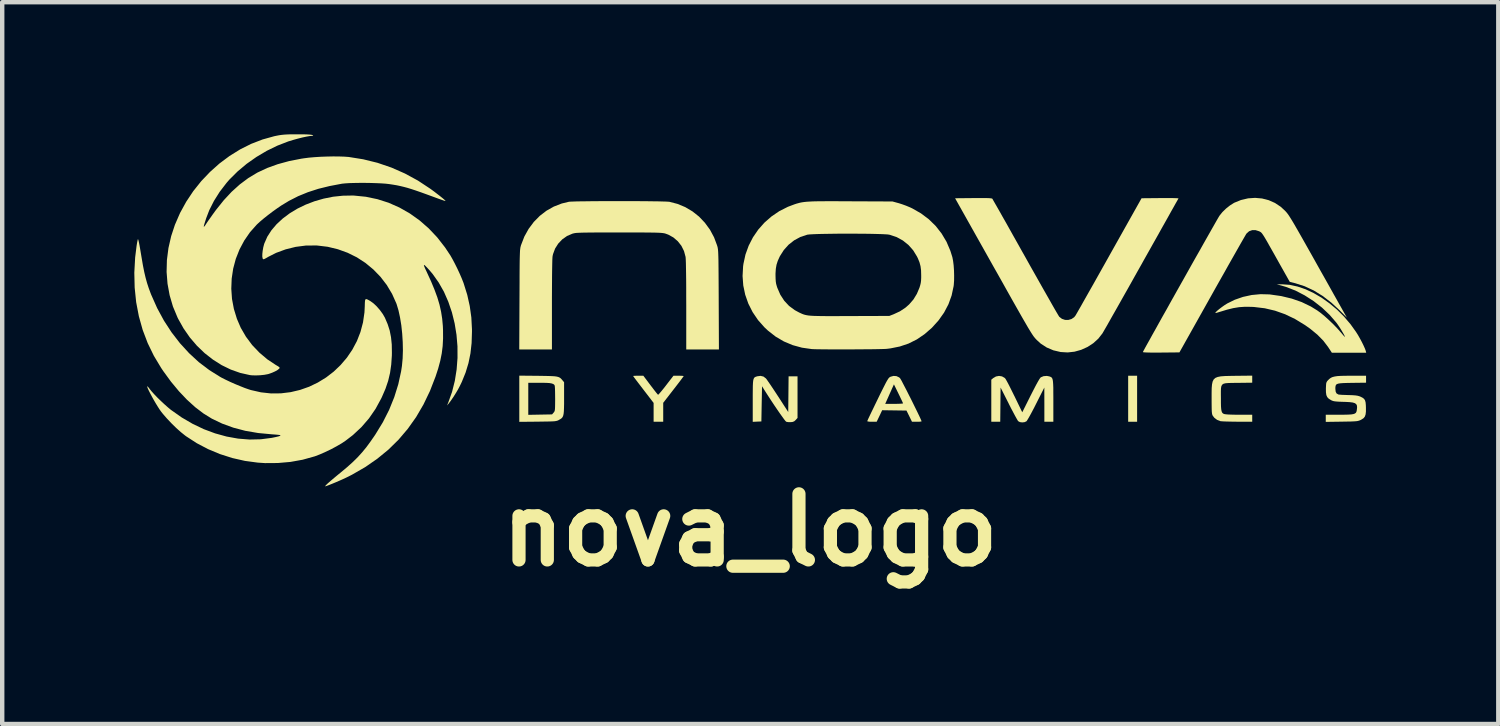
<source format=kicad_pcb>
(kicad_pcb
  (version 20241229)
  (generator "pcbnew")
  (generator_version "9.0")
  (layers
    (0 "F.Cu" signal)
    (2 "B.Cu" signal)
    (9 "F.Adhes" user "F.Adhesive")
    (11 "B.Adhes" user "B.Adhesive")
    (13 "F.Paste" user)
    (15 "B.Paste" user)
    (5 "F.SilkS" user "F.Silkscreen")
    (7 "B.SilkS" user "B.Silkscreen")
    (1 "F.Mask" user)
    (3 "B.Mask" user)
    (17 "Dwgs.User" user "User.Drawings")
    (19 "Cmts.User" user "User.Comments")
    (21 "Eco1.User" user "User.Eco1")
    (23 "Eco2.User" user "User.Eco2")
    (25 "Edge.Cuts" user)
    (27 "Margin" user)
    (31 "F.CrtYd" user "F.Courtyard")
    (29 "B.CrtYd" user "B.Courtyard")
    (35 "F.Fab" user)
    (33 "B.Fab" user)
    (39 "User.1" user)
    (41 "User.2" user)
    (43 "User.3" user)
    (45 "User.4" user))
  (footprint "nova_logo"
    (layer "F.Cu")
    (at 13.985 3.986)
    (property "Reference" "nova_logo" (at 0 5 0) (layer "F.SilkS") (effects (font (size 1.5 1.5) (thickness 0.3))))
    (attr board_only exclude_from_pos_files exclude_from_bom)
    (fp_poly (pts (xy 8.786 2.019) (xy 8.786 2.541) (xy 8.685 2.541) (xy 8.583 2.541) (xy 8.583 2.019) (xy 8.583 1.496) (xy 8.685 1.496) (xy 8.786 1.496)) (stroke (width 0) (type solid)) (fill yes) (layer "F.SilkS"))
    (fp_poly (pts (xy -2.265 1.71) (xy -2.213 1.778) (xy -2.167 1.838) (xy -2.13 1.885) (xy -2.103 1.917) (xy -2.092 1.929) (xy -2.08 1.919) (xy -2.053 1.89) (xy -2.014 1.844) (xy -1.967 1.786) (xy -1.914 1.719) (xy -1.911 1.714) (xy -1.742 1.496) (xy -1.626 1.496) (xy -1.572 1.497) (xy -1.532 1.499) (xy -1.511 1.503) (xy -1.51 1.504) (xy -1.519 1.517) (xy -1.543 1.55) (xy -1.58 1.6) (xy -1.628 1.663) (xy -1.685 1.737) (xy -1.743 1.812) (xy -1.975 2.111) (xy -1.975 2.326) (xy -1.975 2.541) (xy -2.084 2.541) (xy -2.193 2.541) (xy -2.193 2.327) (xy -2.193 2.113) (xy -2.425 1.811) (xy -2.487 1.73) (xy -2.543 1.657) (xy -2.591 1.594) (xy -2.627 1.546) (xy -2.65 1.514) (xy -2.658 1.502) (xy -2.644 1.499) (xy -2.609 1.497) (xy -2.558 1.496) (xy -2.542 1.496) (xy -2.426 1.496)) (stroke (width 0) (type solid)) (fill yes) (layer "F.SilkS"))
    (fp_poly (pts (xy 0.302 1.515) (xy 0.357 1.557) (xy 0.358 1.558) (xy 0.377 1.582) (xy 0.408 1.627) (xy 0.451 1.689) (xy 0.502 1.765) (xy 0.559 1.851) (xy 0.62 1.944) (xy 0.632 1.962) (xy 0.864 2.32) (xy 0.868 1.915) (xy 0.872 1.51) (xy 0.973 1.51) (xy 1.075 1.51) (xy 1.075 1.982) (xy 1.075 2.454) (xy 1.034 2.5) (xy 1.001 2.53) (xy 0.964 2.545) (xy 0.921 2.55) (xy 0.872 2.55) (xy 0.83 2.544) (xy 0.817 2.539) (xy 0.8 2.523) (xy 0.77 2.485) (xy 0.729 2.428) (xy 0.677 2.356) (xy 0.619 2.272) (xy 0.555 2.178) (xy 0.488 2.077) (xy 0.42 1.973) (xy 0.352 1.867) (xy 0.329 1.831) (xy 0.269 1.735) (xy 0.261 2.135) (xy 0.254 2.534) (xy 0.156 2.538) (xy 0.058 2.543) (xy 0.058 2.066) (xy 0.058 1.929) (xy 0.059 1.817) (xy 0.06 1.729) (xy 0.063 1.661) (xy 0.068 1.61) (xy 0.076 1.574) (xy 0.087 1.549) (xy 0.101 1.533) (xy 0.12 1.522) (xy 0.144 1.514) (xy 0.159 1.509) (xy 0.235 1.499)) (stroke (width 0) (type solid)) (fill yes) (layer "F.SilkS"))
    (fp_poly (pts (xy 11.4 1.574) (xy 11.4 1.654) (xy 11.072 1.658) (xy 10.957 1.659) (xy 10.867 1.661) (xy 10.799 1.666) (xy 10.751 1.677) (xy 10.719 1.698) (xy 10.7 1.73) (xy 10.691 1.778) (xy 10.688 1.843) (xy 10.688 1.93) (xy 10.689 2.005) (xy 10.689 2.113) (xy 10.691 2.196) (xy 10.696 2.258) (xy 10.704 2.301) (xy 10.716 2.331) (xy 10.733 2.35) (xy 10.755 2.363) (xy 10.765 2.366) (xy 10.794 2.371) (xy 10.847 2.376) (xy 10.92 2.379) (xy 11.008 2.381) (xy 11.105 2.382) (xy 11.4 2.382) (xy 11.4 2.462) (xy 11.4 2.541) (xy 11.063 2.54) (xy 10.964 2.539) (xy 10.872 2.537) (xy 10.793 2.535) (xy 10.731 2.532) (xy 10.69 2.529) (xy 10.679 2.528) (xy 10.602 2.498) (xy 10.54 2.451) (xy 10.508 2.41) (xy 10.498 2.393) (xy 10.491 2.373) (xy 10.486 2.347) (xy 10.482 2.311) (xy 10.48 2.262) (xy 10.479 2.194) (xy 10.478 2.105) (xy 10.478 2.011) (xy 10.478 1.882) (xy 10.48 1.776) (xy 10.487 1.693) (xy 10.501 1.628) (xy 10.525 1.58) (xy 10.562 1.546) (xy 10.615 1.524) (xy 10.686 1.51) (xy 10.778 1.503) (xy 10.894 1.5) (xy 11.026 1.498) (xy 11.4 1.494)) (stroke (width 0) (type solid)) (fill yes) (layer "F.SilkS"))
    (fp_poly (pts (xy -4.818 1.498) (xy -4.688 1.5) (xy -4.584 1.502) (xy -4.501 1.505) (xy -4.438 1.509) (xy -4.39 1.516) (xy -4.353 1.526) (xy -4.325 1.539) (xy -4.302 1.556) (xy -4.281 1.578) (xy -4.264 1.598) (xy -4.226 1.643) (xy -4.226 2.009) (xy -4.226 2.132) (xy -4.228 2.229) (xy -4.231 2.305) (xy -4.237 2.362) (xy -4.247 2.405) (xy -4.261 2.436) (xy -4.281 2.46) (xy -4.307 2.479) (xy -4.341 2.498) (xy -4.345 2.501) (xy -4.364 2.511) (xy -4.384 2.518) (xy -4.408 2.524) (xy -4.439 2.529) (xy -4.481 2.532) (xy -4.538 2.534) (xy -4.614 2.536) (xy -4.711 2.537) (xy -4.825 2.539) (xy -5.243 2.543) (xy -5.243 2.019) (xy -5.243 1.656) (xy -5.039 1.656) (xy -5.039 2.02) (xy -5.039 2.384) (xy -4.769 2.379) (xy -4.499 2.374) (xy -4.464 2.334) (xy -4.452 2.319) (xy -4.443 2.303) (xy -4.437 2.282) (xy -4.433 2.251) (xy -4.431 2.206) (xy -4.43 2.143) (xy -4.429 2.057) (xy -4.429 2.019) (xy -4.43 1.931) (xy -4.431 1.853) (xy -4.433 1.788) (xy -4.436 1.743) (xy -4.438 1.722) (xy -4.451 1.699) (xy -4.474 1.683) (xy -4.509 1.671) (xy -4.56 1.662) (xy -4.631 1.658) (xy -4.726 1.656) (xy -4.784 1.656) (xy -5.039 1.656) (xy -5.243 1.656) (xy -5.243 1.494)) (stroke (width 0) (type solid)) (fill yes) (layer "F.SilkS"))
    (fp_poly (pts (xy 6.788 1.51) (xy 6.813 1.518) (xy 6.833 1.528) (xy 6.849 1.541) (xy 6.861 1.562) (xy 6.87 1.592) (xy 6.876 1.635) (xy 6.88 1.693) (xy 6.883 1.77) (xy 6.883 1.869) (xy 6.884 1.993) (xy 6.884 2.065) (xy 6.884 2.541) (xy 6.782 2.541) (xy 6.68 2.541) (xy 6.68 2.153) (xy 6.679 1.764) (xy 6.492 2.134) (xy 6.443 2.231) (xy 6.396 2.32) (xy 6.354 2.398) (xy 6.318 2.461) (xy 6.291 2.506) (xy 6.275 2.529) (xy 6.274 2.53) (xy 6.231 2.55) (xy 6.177 2.556) (xy 6.125 2.549) (xy 6.086 2.528) (xy 6.086 2.528) (xy 6.072 2.508) (xy 6.048 2.466) (xy 6.014 2.405) (xy 5.973 2.328) (xy 5.927 2.241) (xy 5.878 2.145) (xy 5.872 2.132) (xy 5.686 1.764) (xy 5.682 2.153) (xy 5.678 2.541) (xy 5.576 2.541) (xy 5.475 2.541) (xy 5.475 2.063) (xy 5.475 1.586) (xy 5.519 1.549) (xy 5.581 1.513) (xy 5.65 1.5) (xy 5.718 1.511) (xy 5.777 1.544) (xy 5.791 1.558) (xy 5.805 1.579) (xy 5.83 1.623) (xy 5.863 1.685) (xy 5.903 1.763) (xy 5.947 1.852) (xy 5.995 1.949) (xy 6 1.958) (xy 6.178 2.326) (xy 6.371 1.94) (xy 6.437 1.811) (xy 6.492 1.705) (xy 6.537 1.624) (xy 6.571 1.567) (xy 6.594 1.537) (xy 6.599 1.532) (xy 6.662 1.506) (xy 6.735 1.5)) (stroke (width 0) (type solid)) (fill yes) (layer "F.SilkS"))
    (fp_poly (pts (xy 3.322 1.505) (xy 3.381 1.533) (xy 3.402 1.551) (xy 3.414 1.57) (xy 3.438 1.611) (xy 3.469 1.671) (xy 3.508 1.746) (xy 3.553 1.832) (xy 3.6 1.926) (xy 3.65 2.024) (xy 3.699 2.123) (xy 3.746 2.219) (xy 3.79 2.308) (xy 3.828 2.387) (xy 3.859 2.452) (xy 3.88 2.5) (xy 3.891 2.527) (xy 3.892 2.531) (xy 3.879 2.536) (xy 3.843 2.54) (xy 3.793 2.541) (xy 3.783 2.541) (xy 3.674 2.541) (xy 3.612 2.414) (xy 3.549 2.287) (xy 3.273 2.283) (xy 2.997 2.279) (xy 2.935 2.41) (xy 2.872 2.541) (xy 2.765 2.541) (xy 2.713 2.54) (xy 2.675 2.535) (xy 2.658 2.529) (xy 2.658 2.528) (xy 2.664 2.513) (xy 2.681 2.474) (xy 2.709 2.415) (xy 2.745 2.339) (xy 2.789 2.249) (xy 2.838 2.147) (xy 2.844 2.135) (xy 3.066 2.135) (xy 3.268 2.135) (xy 3.341 2.134) (xy 3.403 2.132) (xy 3.447 2.129) (xy 3.469 2.125) (xy 3.471 2.124) (xy 3.465 2.108) (xy 3.448 2.07) (xy 3.422 2.016) (xy 3.39 1.949) (xy 3.367 1.902) (xy 3.264 1.692) (xy 3.238 1.75) (xy 3.221 1.786) (xy 3.197 1.842) (xy 3.167 1.908) (xy 3.139 1.971) (xy 3.066 2.135) (xy 2.844 2.135) (xy 2.891 2.038) (xy 2.895 2.03) (xy 2.956 1.904) (xy 3.007 1.802) (xy 3.048 1.721) (xy 3.08 1.658) (xy 3.106 1.611) (xy 3.127 1.577) (xy 3.143 1.553) (xy 3.158 1.537) (xy 3.172 1.527) (xy 3.187 1.519) (xy 3.187 1.519) (xy 3.254 1.5)) (stroke (width 0) (type solid)) (fill yes) (layer "F.SilkS"))
    (fp_poly (pts (xy 12.251 -0.568) (xy 12.43 -0.529) (xy 12.612 -0.467) (xy 12.795 -0.381) (xy 12.976 -0.275) (xy 13.153 -0.149) (xy 13.323 -0.007) (xy 13.483 0.152) (xy 13.631 0.325) (xy 13.756 0.5) (xy 13.801 0.571) (xy 13.847 0.652) (xy 13.891 0.734) (xy 13.929 0.812) (xy 13.959 0.879) (xy 13.977 0.928) (xy 13.978 0.933) (xy 13.988 0.973) (xy 13.598 0.973) (xy 13.208 0.973) (xy 13.121 0.841) (xy 13.014 0.7) (xy 12.879 0.563) (xy 12.716 0.429) (xy 12.597 0.345) (xy 12.372 0.208) (xy 12.147 0.1) (xy 11.918 0.019) (xy 11.684 -0.036) (xy 11.441 -0.065) (xy 11.386 -0.068) (xy 11.238 -0.07) (xy 11.103 -0.061) (xy 10.969 -0.039) (xy 10.827 -0.004) (xy 10.765 0.015) (xy 10.696 0.036) (xy 10.636 0.054) (xy 10.592 0.067) (xy 10.569 0.072) (xy 10.567 0.073) (xy 10.563 0.065) (xy 10.58 0.044) (xy 10.612 0.014) (xy 10.656 -0.022) (xy 10.709 -0.062) (xy 10.765 -0.102) (xy 10.822 -0.138) (xy 10.831 -0.144) (xy 11.003 -0.229) (xy 11.19 -0.294) (xy 11.387 -0.337) (xy 11.588 -0.356) (xy 11.786 -0.351) (xy 11.799 -0.35) (xy 12.058 -0.313) (xy 12.299 -0.255) (xy 12.522 -0.177) (xy 12.73 -0.077) (xy 12.873 0.011) (xy 12.955 0.07) (xy 13.048 0.147) (xy 13.147 0.237) (xy 13.246 0.332) (xy 13.339 0.429) (xy 13.42 0.521) (xy 13.431 0.534) (xy 13.465 0.575) (xy 13.491 0.603) (xy 13.505 0.615) (xy 13.506 0.614) (xy 13.498 0.592) (xy 13.478 0.553) (xy 13.448 0.501) (xy 13.413 0.442) (xy 13.375 0.383) (xy 13.338 0.329) (xy 13.312 0.293) (xy 13.159 0.115) (xy 12.985 -0.05) (xy 12.794 -0.199) (xy 12.591 -0.329) (xy 12.381 -0.438) (xy 12.166 -0.521) (xy 12.061 -0.552) (xy 11.959 -0.579) (xy 12.078 -0.58)) (stroke (width 0) (type solid)) (fill yes) (layer "F.SilkS"))
    (fp_poly (pts (xy 13.985 1.575) (xy 13.985 1.654) (xy 13.667 1.658) (xy 13.553 1.66) (xy 13.464 1.663) (xy 13.398 1.668) (xy 13.351 1.676) (xy 13.319 1.688) (xy 13.301 1.706) (xy 13.292 1.731) (xy 13.288 1.764) (xy 13.288 1.795) (xy 13.295 1.858) (xy 13.315 1.898) (xy 13.353 1.92) (xy 13.365 1.924) (xy 13.391 1.926) (xy 13.44 1.93) (xy 13.504 1.932) (xy 13.578 1.935) (xy 13.593 1.935) (xy 13.68 1.938) (xy 13.744 1.943) (xy 13.791 1.95) (xy 13.828 1.96) (xy 13.855 1.97) (xy 13.905 1.995) (xy 13.939 2.021) (xy 13.961 2.054) (xy 13.974 2.1) (xy 13.98 2.164) (xy 13.982 2.22) (xy 13.982 2.309) (xy 13.974 2.376) (xy 13.957 2.424) (xy 13.927 2.461) (xy 13.882 2.49) (xy 13.858 2.503) (xy 13.835 2.512) (xy 13.81 2.52) (xy 13.781 2.526) (xy 13.743 2.53) (xy 13.691 2.533) (xy 13.622 2.536) (xy 13.532 2.537) (xy 13.43 2.539) (xy 13.07 2.544) (xy 13.07 2.463) (xy 13.07 2.382) (xy 13.369 2.382) (xy 13.486 2.381) (xy 13.577 2.379) (xy 13.646 2.375) (xy 13.696 2.367) (xy 13.73 2.355) (xy 13.753 2.338) (xy 13.766 2.315) (xy 13.773 2.286) (xy 13.775 2.274) (xy 13.781 2.217) (xy 13.778 2.174) (xy 13.762 2.142) (xy 13.731 2.119) (xy 13.681 2.104) (xy 13.609 2.095) (xy 13.512 2.09) (xy 13.47 2.089) (xy 13.382 2.086) (xy 13.318 2.082) (xy 13.272 2.077) (xy 13.237 2.07) (xy 13.208 2.059) (xy 13.19 2.05) (xy 13.138 2.018) (xy 13.104 1.982) (xy 13.083 1.935) (xy 13.074 1.871) (xy 13.073 1.785) (xy 13.073 1.783) (xy 13.076 1.718) (xy 13.079 1.674) (xy 13.087 1.645) (xy 13.1 1.622) (xy 13.12 1.599) (xy 13.128 1.591) (xy 13.158 1.563) (xy 13.19 1.541) (xy 13.227 1.525) (xy 13.275 1.513) (xy 13.336 1.504) (xy 13.414 1.499) (xy 13.514 1.497) (xy 13.638 1.496) (xy 13.654 1.496) (xy 13.985 1.496)) (stroke (width 0) (type solid)) (fill yes) (layer "F.SilkS"))
    (fp_poly (pts (xy 11.623 -2.529) (xy 11.775 -2.49) (xy 11.917 -2.427) (xy 12.048 -2.34) (xy 12.142 -2.253) (xy 12.163 -2.231) (xy 12.184 -2.207) (xy 12.205 -2.18) (xy 12.228 -2.148) (xy 12.254 -2.108) (xy 12.284 -2.06) (xy 12.32 -2.001) (xy 12.362 -1.93) (xy 12.412 -1.843) (xy 12.471 -1.74) (xy 12.54 -1.619) (xy 12.62 -1.477) (xy 12.713 -1.312) (xy 12.769 -1.213) (xy 12.858 -1.054) (xy 12.945 -0.898) (xy 13.031 -0.746) (xy 13.112 -0.602) (xy 13.187 -0.468) (xy 13.255 -0.346) (xy 13.315 -0.24) (xy 13.364 -0.152) (xy 13.402 -0.085) (xy 13.42 -0.053) (xy 13.549 0.177) (xy 13.393 0.018) (xy 13.199 -0.162) (xy 13 -0.315) (xy 12.797 -0.44) (xy 12.59 -0.536) (xy 12.382 -0.603) (xy 12.252 -0.636) (xy 12.001 -1.082) (xy 11.919 -1.229) (xy 11.849 -1.353) (xy 11.791 -1.455) (xy 11.744 -1.539) (xy 11.705 -1.606) (xy 11.674 -1.658) (xy 11.649 -1.697) (xy 11.629 -1.726) (xy 11.613 -1.746) (xy 11.599 -1.76) (xy 11.586 -1.769) (xy 11.573 -1.776) (xy 11.558 -1.784) (xy 11.556 -1.785) (xy 11.476 -1.81) (xy 11.399 -1.81) (xy 11.329 -1.785) (xy 11.273 -1.735) (xy 11.267 -1.728) (xy 11.256 -1.71) (xy 11.231 -1.667) (xy 11.194 -1.603) (xy 11.145 -1.518) (xy 11.087 -1.416) (xy 11.019 -1.296) (xy 10.943 -1.162) (xy 10.859 -1.014) (xy 10.77 -0.855) (xy 10.675 -0.687) (xy 10.575 -0.51) (xy 10.49 -0.358) (xy 9.747 0.966) (xy 9.332 0.97) (xy 9.196 0.97) (xy 9.086 0.97) (xy 9.003 0.968) (xy 8.947 0.965) (xy 8.92 0.961) (xy 8.917 0.959) (xy 8.924 0.944) (xy 8.944 0.907) (xy 8.976 0.847) (xy 9.02 0.768) (xy 9.074 0.672) (xy 9.136 0.559) (xy 9.207 0.433) (xy 9.284 0.294) (xy 9.367 0.145) (xy 9.456 -0.012) (xy 9.547 -0.176) (xy 9.642 -0.345) (xy 9.738 -0.516) (xy 9.835 -0.688) (xy 9.931 -0.859) (xy 10.025 -1.027) (xy 10.117 -1.19) (xy 10.206 -1.346) (xy 10.289 -1.494) (xy 10.367 -1.632) (xy 10.438 -1.757) (xy 10.501 -1.868) (xy 10.555 -1.963) (xy 10.599 -2.04) (xy 10.632 -2.097) (xy 10.653 -2.132) (xy 10.66 -2.142) (xy 10.723 -2.22) (xy 10.804 -2.299) (xy 10.893 -2.37) (xy 10.98 -2.425) (xy 10.992 -2.432) (xy 11.147 -2.495) (xy 11.306 -2.532) (xy 11.466 -2.543)) (stroke (width 0) (type solid)) (fill yes) (layer "F.SilkS"))
    (fp_poly (pts (xy 5.296 -2.539) (xy 5.374 -2.538) (xy 5.43 -2.536) (xy 5.468 -2.532) (xy 5.49 -2.528) (xy 5.498 -2.524) (xy 5.507 -2.509) (xy 5.529 -2.47) (xy 5.564 -2.409) (xy 5.61 -2.329) (xy 5.667 -2.229) (xy 5.732 -2.113) (xy 5.807 -1.982) (xy 5.888 -1.837) (xy 5.976 -1.68) (xy 6.07 -1.513) (xy 6.168 -1.338) (xy 6.251 -1.191) (xy 6.352 -1.01) (xy 6.451 -0.835) (xy 6.544 -0.67) (xy 6.632 -0.514) (xy 6.714 -0.37) (xy 6.788 -0.24) (xy 6.853 -0.125) (xy 6.909 -0.027) (xy 6.955 0.052) (xy 6.989 0.11) (xy 7.011 0.146) (xy 7.019 0.158) (xy 7.079 0.204) (xy 7.15 0.228) (xy 7.224 0.229) (xy 7.295 0.209) (xy 7.356 0.168) (xy 7.385 0.132) (xy 7.397 0.112) (xy 7.422 0.069) (xy 7.459 0.004) (xy 7.508 -0.081) (xy 7.566 -0.185) (xy 7.634 -0.305) (xy 7.71 -0.439) (xy 7.794 -0.587) (xy 7.883 -0.746) (xy 7.978 -0.915) (xy 8.077 -1.091) (xy 8.153 -1.227) (xy 8.887 -2.534) (xy 9.309 -2.538) (xy 9.416 -2.539) (xy 9.513 -2.539) (xy 9.596 -2.538) (xy 9.661 -2.536) (xy 9.705 -2.534) (xy 9.725 -2.532) (xy 9.726 -2.531) (xy 9.718 -2.517) (xy 9.697 -2.479) (xy 9.663 -2.42) (xy 9.618 -2.339) (xy 9.562 -2.24) (xy 9.497 -2.123) (xy 9.423 -1.991) (xy 9.34 -1.844) (xy 9.251 -1.684) (xy 9.155 -1.514) (xy 9.054 -1.334) (xy 8.948 -1.146) (xy 8.888 -1.038) (xy 8.779 -0.845) (xy 8.674 -0.657) (xy 8.573 -0.477) (xy 8.476 -0.306) (xy 8.386 -0.146) (xy 8.303 0.001) (xy 8.227 0.134) (xy 8.161 0.251) (xy 8.105 0.351) (xy 8.059 0.43) (xy 8.025 0.489) (xy 8.004 0.525) (xy 7.999 0.534) (xy 7.905 0.654) (xy 7.79 0.758) (xy 7.659 0.843) (xy 7.515 0.908) (xy 7.364 0.95) (xy 7.209 0.967) (xy 7.055 0.958) (xy 7.051 0.958) (xy 6.885 0.919) (xy 6.734 0.855) (xy 6.599 0.768) (xy 6.507 0.684) (xy 6.491 0.667) (xy 6.475 0.65) (xy 6.459 0.631) (xy 6.441 0.609) (xy 6.422 0.582) (xy 6.4 0.549) (xy 6.374 0.508) (xy 6.344 0.459) (xy 6.308 0.4) (xy 6.267 0.329) (xy 6.218 0.245) (xy 6.161 0.146) (xy 6.096 0.031) (xy 6.021 -0.101) (xy 5.936 -0.251) (xy 5.84 -0.422) (xy 5.732 -0.615) (xy 5.611 -0.83) (xy 5.526 -0.98) (xy 4.653 -2.534) (xy 5.067 -2.538) (xy 5.195 -2.539)) (stroke (width 0) (type solid)) (fill yes) (layer "F.SilkS"))
    (fp_poly (pts (xy -2.812 -2.469) (xy -2.653 -2.469) (xy -2.5 -2.468) (xy -2.355 -2.467) (xy -2.222 -2.465) (xy -2.104 -2.464) (xy -2.003 -2.461) (xy -1.923 -2.459) (xy -1.866 -2.456) (xy -1.836 -2.454) (xy -1.651 -2.406) (xy -1.475 -2.333) (xy -1.311 -2.236) (xy -1.161 -2.117) (xy -1.029 -1.978) (xy -0.914 -1.821) (xy -0.821 -1.648) (xy -0.753 -1.467) (xy -0.747 -1.446) (xy -0.741 -1.427) (xy -0.737 -1.405) (xy -0.733 -1.381) (xy -0.73 -1.35) (xy -0.727 -1.312) (xy -0.725 -1.264) (xy -0.723 -1.204) (xy -0.721 -1.13) (xy -0.72 -1.04) (xy -0.719 -0.932) (xy -0.718 -0.804) (xy -0.717 -0.653) (xy -0.716 -0.478) (xy -0.715 -0.277) (xy -0.715 -0.229) (xy -0.71 0.9) (xy -1.081 0.9) (xy -1.452 0.9) (xy -1.452 -0.105) (xy -1.453 -0.317) (xy -1.453 -0.51) (xy -1.454 -0.682) (xy -1.456 -0.832) (xy -1.458 -0.959) (xy -1.46 -1.062) (xy -1.463 -1.14) (xy -1.466 -1.19) (xy -1.468 -1.205) (xy -1.503 -1.335) (xy -1.562 -1.454) (xy -1.644 -1.558) (xy -1.744 -1.644) (xy -1.86 -1.708) (xy -1.92 -1.73) (xy -1.939 -1.736) (xy -1.96 -1.74) (xy -1.985 -1.744) (xy -2.016 -1.747) (xy -2.056 -1.75) (xy -2.107 -1.752) (xy -2.171 -1.754) (xy -2.25 -1.755) (xy -2.347 -1.756) (xy -2.465 -1.757) (xy -2.604 -1.757) (xy -2.767 -1.757) (xy -2.957 -1.757) (xy -2.977 -1.757) (xy -3.17 -1.757) (xy -3.335 -1.757) (xy -3.477 -1.757) (xy -3.595 -1.756) (xy -3.694 -1.755) (xy -3.775 -1.754) (xy -3.841 -1.752) (xy -3.893 -1.75) (xy -3.934 -1.748) (xy -3.966 -1.745) (xy -3.991 -1.741) (xy -4.013 -1.736) (xy -4.032 -1.731) (xy -4.036 -1.73) (xy -4.159 -1.677) (xy -4.268 -1.6) (xy -4.359 -1.504) (xy -4.43 -1.392) (xy -4.477 -1.266) (xy -4.487 -1.221) (xy -4.49 -1.191) (xy -4.493 -1.132) (xy -4.495 -1.047) (xy -4.497 -0.937) (xy -4.499 -0.804) (xy -4.5 -0.648) (xy -4.501 -0.471) (xy -4.502 -0.275) (xy -4.502 -0.121) (xy -4.502 0.9) (xy -4.873 0.9) (xy -5.244 0.9) (xy -5.239 -0.236) (xy -5.238 -0.444) (xy -5.237 -0.626) (xy -5.237 -0.782) (xy -5.236 -0.916) (xy -5.235 -1.029) (xy -5.234 -1.123) (xy -5.232 -1.201) (xy -5.23 -1.264) (xy -5.228 -1.314) (xy -5.226 -1.354) (xy -5.222 -1.386) (xy -5.219 -1.411) (xy -5.214 -1.432) (xy -5.209 -1.451) (xy -5.204 -1.47) (xy -5.202 -1.474) (xy -5.128 -1.665) (xy -5.031 -1.839) (xy -4.914 -1.996) (xy -4.778 -2.134) (xy -4.626 -2.251) (xy -4.459 -2.345) (xy -4.279 -2.415) (xy -4.118 -2.454) (xy -4.086 -2.457) (xy -4.029 -2.459) (xy -3.948 -2.462) (xy -3.846 -2.464) (xy -3.727 -2.465) (xy -3.594 -2.467) (xy -3.449 -2.468) (xy -3.296 -2.469) (xy -3.136 -2.469) (xy -2.974 -2.469)) (stroke (width 0) (type solid)) (fill yes) (layer "F.SilkS"))
    (fp_poly (pts (xy -8.997 -2.595) (xy -8.727 -2.568) (xy -8.464 -2.513) (xy -8.21 -2.432) (xy -7.966 -2.324) (xy -7.732 -2.191) (xy -7.511 -2.034) (xy -7.302 -1.852) (xy -7.108 -1.647) (xy -6.93 -1.419) (xy -6.807 -1.234) (xy -6.761 -1.153) (xy -6.708 -1.053) (xy -6.653 -0.943) (xy -6.6 -0.829) (xy -6.553 -0.721) (xy -6.516 -0.628) (xy -6.507 -0.604) (xy -6.425 -0.341) (xy -6.368 -0.086) (xy -6.332 0.172) (xy -6.318 0.439) (xy -6.318 0.501) (xy -6.326 0.754) (xy -6.352 0.988) (xy -6.397 1.209) (xy -6.462 1.423) (xy -6.548 1.635) (xy -6.593 1.728) (xy -6.635 1.808) (xy -6.687 1.895) (xy -6.741 1.981) (xy -6.795 2.059) (xy -6.841 2.121) (xy -6.847 2.128) (xy -6.884 2.171) (xy -6.856 2.104) (xy -6.77 1.863) (xy -6.707 1.612) (xy -6.666 1.354) (xy -6.646 1.092) (xy -6.647 0.828) (xy -6.669 0.566) (xy -6.711 0.308) (xy -6.773 0.057) (xy -6.855 -0.184) (xy -6.955 -0.412) (xy -7.075 -0.623) (xy -7.212 -0.816) (xy -7.277 -0.893) (xy -7.336 -0.958) (xy -7.378 -1.001) (xy -7.402 -1.02) (xy -7.41 -1.016) (xy -7.402 -0.987) (xy -7.379 -0.933) (xy -7.342 -0.855) (xy -7.341 -0.852) (xy -7.246 -0.645) (xy -7.168 -0.457) (xy -7.104 -0.283) (xy -7.055 -0.118) (xy -7.019 0.042) (xy -6.994 0.202) (xy -6.979 0.366) (xy -6.975 0.46) (xy -6.974 0.648) (xy -6.983 0.822) (xy -7.004 0.989) (xy -7.038 1.158) (xy -7.086 1.336) (xy -7.145 1.516) (xy -7.272 1.843) (xy -7.419 2.149) (xy -7.586 2.435) (xy -7.775 2.701) (xy -7.985 2.948) (xy -8.216 3.175) (xy -8.469 3.382) (xy -8.744 3.572) (xy -9.041 3.743) (xy -9.127 3.787) (xy -9.191 3.818) (xy -9.265 3.852) (xy -9.344 3.887) (xy -9.424 3.921) (xy -9.499 3.952) (xy -9.564 3.978) (xy -9.615 3.997) (xy -9.647 4.007) (xy -9.653 4.008) (xy -9.649 3.999) (xy -9.628 3.975) (xy -9.594 3.942) (xy -9.592 3.94) (xy -9.557 3.91) (xy -9.505 3.865) (xy -9.441 3.811) (xy -9.369 3.751) (xy -9.299 3.694) (xy -9.154 3.573) (xy -9.028 3.46) (xy -8.917 3.351) (xy -8.815 3.239) (xy -8.716 3.119) (xy -8.617 2.984) (xy -8.511 2.83) (xy -8.508 2.825) (xy -8.342 2.553) (xy -8.199 2.271) (xy -8.082 1.982) (xy -7.991 1.69) (xy -7.927 1.398) (xy -7.908 1.274) (xy -7.892 1.104) (xy -7.886 0.922) (xy -7.89 0.731) (xy -7.902 0.54) (xy -7.922 0.352) (xy -7.951 0.174) (xy -7.986 0.013) (xy -8.028 -0.127) (xy -8.035 -0.146) (xy -8.132 -0.363) (xy -8.253 -0.565) (xy -8.395 -0.75) (xy -8.557 -0.917) (xy -8.736 -1.065) (xy -8.931 -1.192) (xy -9.141 -1.296) (xy -9.362 -1.376) (xy -9.593 -1.432) (xy -9.833 -1.461) (xy -9.86 -1.462) (xy -10.091 -1.46) (xy -10.322 -1.43) (xy -10.548 -1.374) (xy -10.765 -1.294) (xy -10.941 -1.205) (xy -10.996 -1.173) (xy -11.031 -1.155) (xy -11.052 -1.149) (xy -11.063 -1.153) (xy -11.07 -1.165) (xy -11.071 -1.167) (xy -11.079 -1.209) (xy -11.078 -1.27) (xy -11.07 -1.343) (xy -11.057 -1.419) (xy -11.038 -1.491) (xy -11.032 -1.509) (xy -10.964 -1.663) (xy -10.869 -1.81) (xy -10.751 -1.948) (xy -10.612 -2.076) (xy -10.454 -2.194) (xy -10.28 -2.299) (xy -10.092 -2.39) (xy -9.893 -2.466) (xy -9.685 -2.526) (xy -9.47 -2.569) (xy -9.251 -2.592) (xy -9.03 -2.596)) (stroke (width 0) (type solid)) (fill yes) (layer "F.SilkS"))
    (fp_poly (pts (xy -13.896 -1.594) (xy -13.888 -1.566) (xy -13.878 -1.521) (xy -13.865 -1.455) (xy -13.85 -1.367) (xy -13.831 -1.254) (xy -13.818 -1.176) (xy -13.789 -1.007) (xy -13.76 -0.861) (xy -13.729 -0.73) (xy -13.696 -0.61) (xy -13.658 -0.494) (xy -13.614 -0.375) (xy -13.6 -0.34) (xy -13.466 -0.039) (xy -13.312 0.245) (xy -13.139 0.511) (xy -12.949 0.757) (xy -12.742 0.983) (xy -12.521 1.187) (xy -12.285 1.366) (xy -12.037 1.521) (xy -11.996 1.544) (xy -11.908 1.588) (xy -11.805 1.637) (xy -11.694 1.686) (xy -11.582 1.732) (xy -11.477 1.774) (xy -11.385 1.806) (xy -11.338 1.821) (xy -11.109 1.873) (xy -10.881 1.898) (xy -10.656 1.896) (xy -10.436 1.869) (xy -10.221 1.818) (xy -10.014 1.745) (xy -9.817 1.65) (xy -9.631 1.536) (xy -9.458 1.403) (xy -9.3 1.252) (xy -9.158 1.086) (xy -9.035 0.905) (xy -8.931 0.71) (xy -8.85 0.503) (xy -8.792 0.285) (xy -8.759 0.058) (xy -8.752 -0.083) (xy -8.75 -0.16) (xy -8.746 -0.21) (xy -8.737 -0.238) (xy -8.718 -0.245) (xy -8.689 -0.235) (xy -8.645 -0.211) (xy -8.633 -0.204) (xy -8.559 -0.152) (xy -8.482 -0.08) (xy -8.408 0.005) (xy -8.342 0.096) (xy -8.295 0.178) (xy -8.233 0.323) (xy -8.186 0.469) (xy -8.156 0.621) (xy -8.139 0.786) (xy -8.136 0.969) (xy -8.137 1.037) (xy -8.151 1.243) (xy -8.178 1.432) (xy -8.221 1.613) (xy -8.282 1.793) (xy -8.364 1.982) (xy -8.379 2.013) (xy -8.507 2.248) (xy -8.656 2.464) (xy -8.827 2.662) (xy -9.021 2.843) (xy -9.186 2.97) (xy -9.28 3.033) (xy -9.394 3.099) (xy -9.519 3.166) (xy -9.649 3.228) (xy -9.774 3.283) (xy -9.886 3.326) (xy -9.897 3.329) (xy -10.162 3.403) (xy -10.439 3.453) (xy -10.725 3.478) (xy -11.015 3.48) (xy -11.182 3.469) (xy -11.472 3.43) (xy -11.759 3.365) (xy -12.04 3.275) (xy -12.311 3.162) (xy -12.568 3.027) (xy -12.807 2.872) (xy -12.834 2.852) (xy -12.93 2.775) (xy -13.036 2.68) (xy -13.143 2.575) (xy -13.245 2.467) (xy -13.336 2.362) (xy -13.378 2.309) (xy -13.414 2.258) (xy -13.455 2.194) (xy -13.499 2.122) (xy -13.544 2.045) (xy -13.586 1.969) (xy -13.625 1.896) (xy -13.657 1.833) (xy -13.68 1.782) (xy -13.692 1.748) (xy -13.692 1.735) (xy -13.681 1.742) (xy -13.658 1.767) (xy -13.636 1.797) (xy -13.593 1.85) (xy -13.533 1.917) (xy -13.461 1.992) (xy -13.381 2.07) (xy -13.299 2.146) (xy -13.22 2.216) (xy -13.15 2.274) (xy -13.145 2.277) (xy -12.908 2.444) (xy -12.661 2.588) (xy -12.408 2.709) (xy -12.15 2.805) (xy -11.889 2.877) (xy -11.628 2.924) (xy -11.369 2.945) (xy -11.113 2.939) (xy -10.864 2.907) (xy -10.769 2.887) (xy -10.71 2.873) (xy -10.675 2.861) (xy -10.665 2.851) (xy -10.681 2.843) (xy -10.723 2.837) (xy -10.793 2.831) (xy -10.862 2.826) (xy -11.172 2.797) (xy -11.464 2.747) (xy -11.737 2.675) (xy -11.99 2.583) (xy -12.224 2.471) (xy -12.412 2.355) (xy -12.6 2.212) (xy -12.787 2.043) (xy -12.972 1.848) (xy -13.153 1.63) (xy -13.328 1.39) (xy -13.375 1.32) (xy -13.541 1.044) (xy -13.681 0.756) (xy -13.795 0.456) (xy -13.882 0.145) (xy -13.943 -0.175) (xy -13.977 -0.505) (xy -13.985 -0.844) (xy -13.966 -1.19) (xy -13.933 -1.456) (xy -13.923 -1.519) (xy -13.913 -1.568) (xy -13.906 -1.599) (xy -13.902 -1.606)) (stroke (width 0) (type solid)) (fill yes) (layer "F.SilkS"))
    (fp_poly (pts (xy 1.914 -2.467) (xy 2.089 -2.466) (xy 2.29 -2.465) (xy 3.231 -2.461) (xy 3.377 -2.421) (xy 3.452 -2.397) (xy 3.54 -2.365) (xy 3.629 -2.328) (xy 3.682 -2.303) (xy 3.878 -2.191) (xy 4.055 -2.058) (xy 4.211 -1.906) (xy 4.346 -1.734) (xy 4.458 -1.546) (xy 4.545 -1.342) (xy 4.591 -1.196) (xy 4.607 -1.114) (xy 4.62 -1.011) (xy 4.628 -0.897) (xy 4.631 -0.779) (xy 4.63 -0.666) (xy 4.623 -0.567) (xy 4.619 -0.536) (xy 4.574 -0.326) (xy 4.502 -0.127) (xy 4.402 0.063) (xy 4.276 0.241) (xy 4.126 0.407) (xy 3.958 0.553) (xy 3.783 0.672) (xy 3.597 0.765) (xy 3.398 0.832) (xy 3.185 0.875) (xy 3.095 0.886) (xy 3.056 0.888) (xy 2.991 0.89) (xy 2.905 0.892) (xy 2.8 0.894) (xy 2.68 0.895) (xy 2.549 0.896) (xy 2.411 0.897) (xy 2.268 0.898) (xy 2.125 0.898) (xy 1.985 0.898) (xy 1.851 0.898) (xy 1.728 0.897) (xy 1.618 0.896) (xy 1.526 0.895) (xy 1.455 0.893) (xy 1.408 0.891) (xy 1.401 0.891) (xy 1.176 0.859) (xy 0.964 0.801) (xy 0.764 0.717) (xy 0.577 0.607) (xy 0.403 0.471) (xy 0.326 0.399) (xy 0.178 0.232) (xy 0.055 0.051) (xy -0.042 -0.141) (xy -0.113 -0.343) (xy -0.157 -0.553) (xy -0.173 -0.769) (xy -0.172 -0.784) (xy 0.575 -0.784) (xy 0.577 -0.704) (xy 0.581 -0.643) (xy 0.589 -0.591) (xy 0.604 -0.538) (xy 0.616 -0.501) (xy 0.684 -0.344) (xy 0.773 -0.207) (xy 0.882 -0.09) (xy 1.013 0.007) (xy 1.111 0.06) (xy 1.146 0.076) (xy 1.179 0.091) (xy 1.21 0.103) (xy 1.243 0.113) (xy 1.279 0.121) (xy 1.322 0.128) (xy 1.374 0.133) (xy 1.437 0.137) (xy 1.514 0.139) (xy 1.607 0.141) (xy 1.718 0.142) (xy 1.85 0.142) (xy 2.006 0.142) (xy 2.187 0.141) (xy 2.258 0.141) (xy 3.159 0.138) (xy 3.257 0.1) (xy 3.401 0.033) (xy 3.526 -0.05) (xy 3.609 -0.123) (xy 3.707 -0.236) (xy 3.785 -0.364) (xy 3.843 -0.501) (xy 3.861 -0.559) (xy 3.873 -0.61) (xy 3.88 -0.665) (xy 3.883 -0.732) (xy 3.883 -0.784) (xy 3.88 -0.896) (xy 3.868 -0.991) (xy 3.845 -1.078) (xy 3.809 -1.167) (xy 3.787 -1.212) (xy 3.701 -1.352) (xy 3.593 -1.474) (xy 3.468 -1.574) (xy 3.326 -1.652) (xy 3.171 -1.704) (xy 3.162 -1.706) (xy 3.125 -1.712) (xy 3.062 -1.716) (xy 2.976 -1.72) (xy 2.872 -1.723) (xy 2.752 -1.726) (xy 2.619 -1.728) (xy 2.478 -1.729) (xy 2.331 -1.73) (xy 2.181 -1.73) (xy 2.033 -1.73) (xy 1.889 -1.728) (xy 1.753 -1.726) (xy 1.628 -1.724) (xy 1.517 -1.721) (xy 1.424 -1.717) (xy 1.352 -1.713) (xy 1.305 -1.708) (xy 1.294 -1.706) (xy 1.14 -1.655) (xy 0.999 -1.579) (xy 0.873 -1.48) (xy 0.764 -1.359) (xy 0.675 -1.219) (xy 0.668 -1.205) (xy 0.626 -1.112) (xy 0.598 -1.025) (xy 0.582 -0.933) (xy 0.575 -0.826) (xy 0.575 -0.784) (xy -0.172 -0.784) (xy -0.161 -0.989) (xy -0.153 -1.046) (xy -0.107 -1.257) (xy -0.034 -1.458) (xy 0.063 -1.647) (xy 0.183 -1.822) (xy 0.323 -1.98) (xy 0.484 -2.121) (xy 0.662 -2.242) (xy 0.856 -2.34) (xy 1.002 -2.395) (xy 1.047 -2.41) (xy 1.09 -2.422) (xy 1.132 -2.433) (xy 1.177 -2.442) (xy 1.227 -2.449) (xy 1.284 -2.455) (xy 1.35 -2.459) (xy 1.429 -2.463) (xy 1.522 -2.465) (xy 1.633 -2.466) (xy 1.762 -2.467)) (stroke (width 0) (type solid)) (fill yes) (layer "F.SilkS"))
    (fp_poly (pts (xy -10.163 -3.986) (xy -10.072 -3.984) (xy -10.005 -3.98) (xy -9.962 -3.975) (xy -9.941 -3.969) (xy -9.923 -3.956) (xy -9.929 -3.951) (xy -9.953 -3.951) (xy -10.006 -3.946) (xy -10.08 -3.933) (xy -10.169 -3.914) (xy -10.268 -3.889) (xy -10.369 -3.861) (xy -10.467 -3.831) (xy -10.485 -3.826) (xy -10.733 -3.73) (xy -10.976 -3.612) (xy -11.212 -3.472) (xy -11.435 -3.315) (xy -11.64 -3.143) (xy -11.824 -2.96) (xy -11.89 -2.884) (xy -12.046 -2.681) (xy -12.177 -2.473) (xy -12.283 -2.263) (xy -12.351 -2.086) (xy -12.379 -1.998) (xy -12.398 -1.937) (xy -12.407 -1.9) (xy -12.406 -1.885) (xy -12.396 -1.893) (xy -12.375 -1.92) (xy -12.345 -1.966) (xy -12.344 -1.968) (xy -12.307 -2.022) (xy -12.258 -2.091) (xy -12.203 -2.169) (xy -12.147 -2.246) (xy -12.127 -2.273) (xy -11.953 -2.49) (xy -11.775 -2.681) (xy -11.59 -2.848) (xy -11.396 -2.993) (xy -11.19 -3.117) (xy -10.968 -3.221) (xy -10.73 -3.307) (xy -10.471 -3.378) (xy -10.19 -3.433) (xy -10.13 -3.442) (xy -10.022 -3.456) (xy -9.895 -3.467) (xy -9.757 -3.476) (xy -9.613 -3.481) (xy -9.47 -3.484) (xy -9.336 -3.483) (xy -9.217 -3.479) (xy -9.12 -3.472) (xy -9.119 -3.472) (xy -8.788 -3.419) (xy -8.463 -3.339) (xy -8.147 -3.231) (xy -7.84 -3.096) (xy -7.544 -2.935) (xy -7.261 -2.748) (xy -7.174 -2.684) (xy -7.109 -2.634) (xy -7.048 -2.587) (xy -6.997 -2.546) (xy -6.962 -2.517) (xy -6.956 -2.512) (xy -6.927 -2.486) (xy -6.919 -2.474) (xy -6.93 -2.474) (xy -6.942 -2.477) (xy -6.968 -2.485) (xy -7.016 -2.502) (xy -7.079 -2.524) (xy -7.15 -2.55) (xy -7.174 -2.559) (xy -7.335 -2.618) (xy -7.473 -2.668) (xy -7.591 -2.709) (xy -7.694 -2.743) (xy -7.785 -2.771) (xy -7.868 -2.793) (xy -7.948 -2.812) (xy -8.028 -2.829) (xy -8.112 -2.843) (xy -8.198 -2.856) (xy -8.275 -2.865) (xy -8.374 -2.872) (xy -8.488 -2.877) (xy -8.613 -2.881) (xy -8.742 -2.883) (xy -8.871 -2.883) (xy -8.993 -2.881) (xy -9.103 -2.878) (xy -9.196 -2.872) (xy -9.267 -2.865) (xy -9.273 -2.864) (xy -9.552 -2.811) (xy -9.808 -2.748) (xy -10.045 -2.671) (xy -10.265 -2.581) (xy -10.473 -2.475) (xy -10.642 -2.373) (xy -10.742 -2.305) (xy -10.848 -2.229) (xy -10.952 -2.15) (xy -11.05 -2.072) (xy -11.135 -2) (xy -11.201 -1.939) (xy -11.203 -1.937) (xy -11.358 -1.763) (xy -11.489 -1.573) (xy -11.597 -1.37) (xy -11.681 -1.157) (xy -11.74 -0.936) (xy -11.774 -0.709) (xy -11.783 -0.479) (xy -11.767 -0.248) (xy -11.724 -0.02) (xy -11.655 0.205) (xy -11.568 0.407) (xy -11.45 0.61) (xy -11.309 0.799) (xy -11.145 0.971) (xy -10.963 1.125) (xy -10.773 1.251) (xy -10.723 1.28) (xy -10.695 1.3) (xy -10.685 1.314) (xy -10.688 1.326) (xy -10.697 1.337) (xy -10.733 1.366) (xy -10.788 1.397) (xy -10.855 1.427) (xy -10.924 1.452) (xy -10.952 1.46) (xy -11.032 1.475) (xy -11.128 1.485) (xy -11.229 1.489) (xy -11.32 1.486) (xy -11.362 1.481) (xy -11.58 1.432) (xy -11.795 1.356) (xy -12.002 1.255) (xy -12.201 1.129) (xy -12.389 0.982) (xy -12.564 0.814) (xy -12.724 0.627) (xy -12.866 0.423) (xy -12.989 0.204) (xy -13.005 0.171) (xy -13.108 -0.076) (xy -13.183 -0.332) (xy -13.231 -0.594) (xy -13.252 -0.861) (xy -13.245 -1.131) (xy -13.21 -1.403) (xy -13.148 -1.674) (xy -13.063 -1.932) (xy -12.947 -2.199) (xy -12.807 -2.454) (xy -12.646 -2.696) (xy -12.465 -2.923) (xy -12.266 -3.132) (xy -12.052 -3.323) (xy -11.823 -3.494) (xy -11.583 -3.643) (xy -11.332 -3.769) (xy -11.073 -3.869) (xy -10.807 -3.943) (xy -10.759 -3.953) (xy -10.697 -3.965) (xy -10.64 -3.973) (xy -10.582 -3.979) (xy -10.515 -3.983) (xy -10.435 -3.986) (xy -10.335 -3.986) (xy -10.282 -3.986)) (stroke (width 0) (type solid)) (fill yes) (layer "F.SilkS")))
  (gr_rect
    (start -3 -3)
    (end 30.973 13.39)
    (stroke (width 0.1) (type default))
    (fill no)
    (layer "Edge.Cuts")))
</source>
